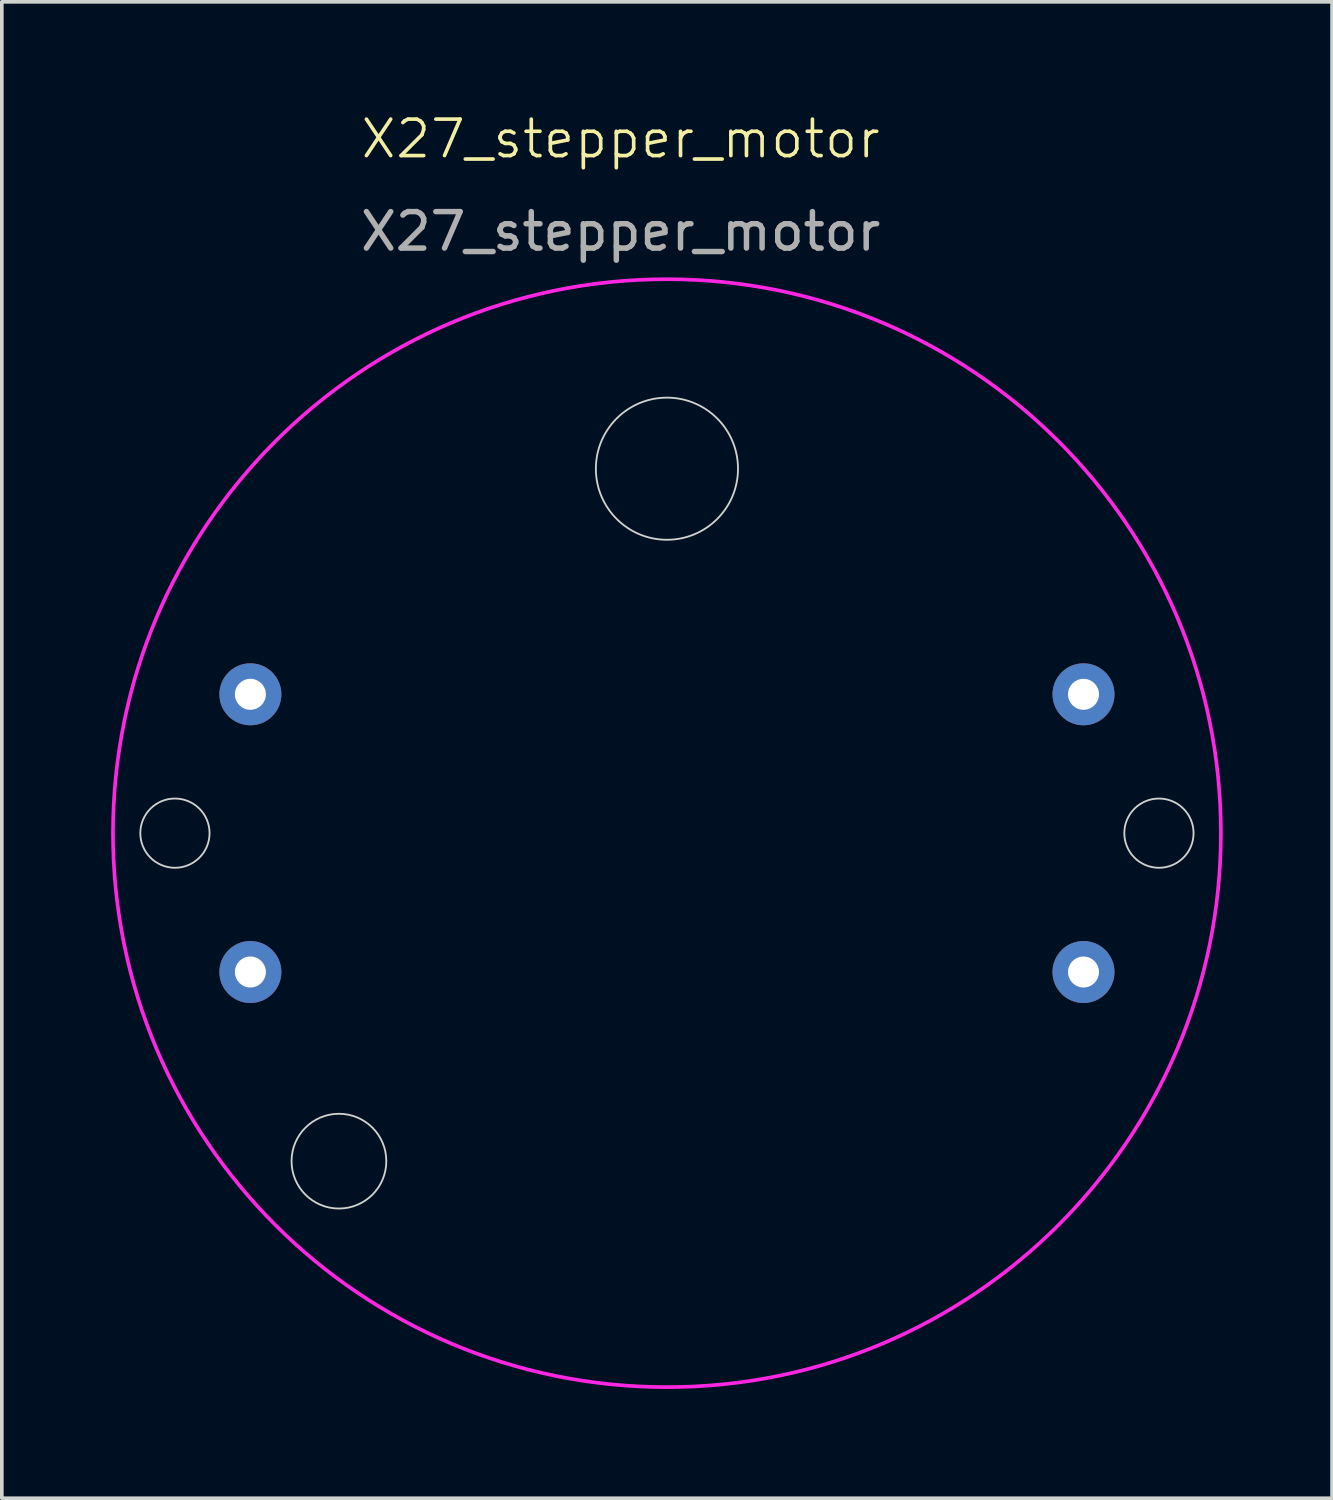
<source format=kicad_pcb>
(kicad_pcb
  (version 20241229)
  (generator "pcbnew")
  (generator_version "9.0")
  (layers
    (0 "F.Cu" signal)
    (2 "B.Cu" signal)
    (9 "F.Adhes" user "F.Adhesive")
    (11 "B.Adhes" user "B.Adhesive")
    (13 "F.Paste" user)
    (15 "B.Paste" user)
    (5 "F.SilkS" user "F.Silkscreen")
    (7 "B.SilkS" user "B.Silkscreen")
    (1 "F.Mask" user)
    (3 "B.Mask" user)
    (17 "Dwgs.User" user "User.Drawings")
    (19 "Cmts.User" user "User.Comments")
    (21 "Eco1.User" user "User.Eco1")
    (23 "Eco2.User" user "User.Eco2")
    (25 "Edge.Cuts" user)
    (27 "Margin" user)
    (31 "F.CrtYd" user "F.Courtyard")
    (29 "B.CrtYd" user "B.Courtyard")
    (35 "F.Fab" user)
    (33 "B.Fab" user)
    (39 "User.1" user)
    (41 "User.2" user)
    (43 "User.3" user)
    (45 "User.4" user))
  (footprint "X27_stepper_motor"
    (layer "F.Cu")
    (at 17.79 29.971)
    (property "Reference" "X27_stepper_motor" (at -3.81 -29.21 0) (unlocked yes) (layer "F.SilkS") (effects (font (size 1 1) (thickness 0.1))))
    (attr smd)
    (fp_circle (center -16.04 -10.16) (end -15.09 -10.16) (stroke (width 0.05) (type default)) (fill no) (layer "Edge.Cuts"))
    (fp_circle (center -11.54 -1.16) (end -10.24 -1.16) (stroke (width 0.05) (type default)) (fill no) (layer "Edge.Cuts"))
    (fp_circle (center -2.54 -20.16) (end -0.59 -20.16) (stroke (width 0.05) (type default)) (fill no) (layer "Edge.Cuts"))
    (fp_circle (center 10.96 -10.16) (end 11.91 -10.16) (stroke (width 0.05) (type default)) (fill no) (layer "Edge.Cuts"))
    (fp_circle (center -2.54 -10.16) (end 12.66 -10.16) (stroke (width 0.1) (type default)) (fill no) (layer "F.CrtYd"))
    (fp_text user "${REFERENCE}" (at -3.81 -26.67 0) (unlocked yes) (layer "F.Fab") (effects (font (size 1 1) (thickness 0.15))))
    (pad "1" thru_hole circle (at 8.89 -13.97) (size 1.7 1.7) (drill 0.85) (layers "*.Cu" "*.Mask"))
    (pad "2" thru_hole circle (at 8.89 -6.35) (size 1.7 1.7) (drill 0.85) (layers "*.Cu" "*.Mask"))
    (pad "3" thru_hole circle (at -13.97 -6.35) (size 1.7 1.7) (drill 0.85) (layers "*.Cu" "*.Mask"))
    (pad "4" thru_hole circle (at -13.97 -13.97) (size 1.7 1.7) (drill 0.85) (layers "*.Cu" "*.Mask")))
  (gr_rect
    (start -3 -3)
    (end 33.5 38.06)
    (stroke (width 0.1) (type default))
    (fill no)
    (layer "Edge.Cuts")))
</source>
